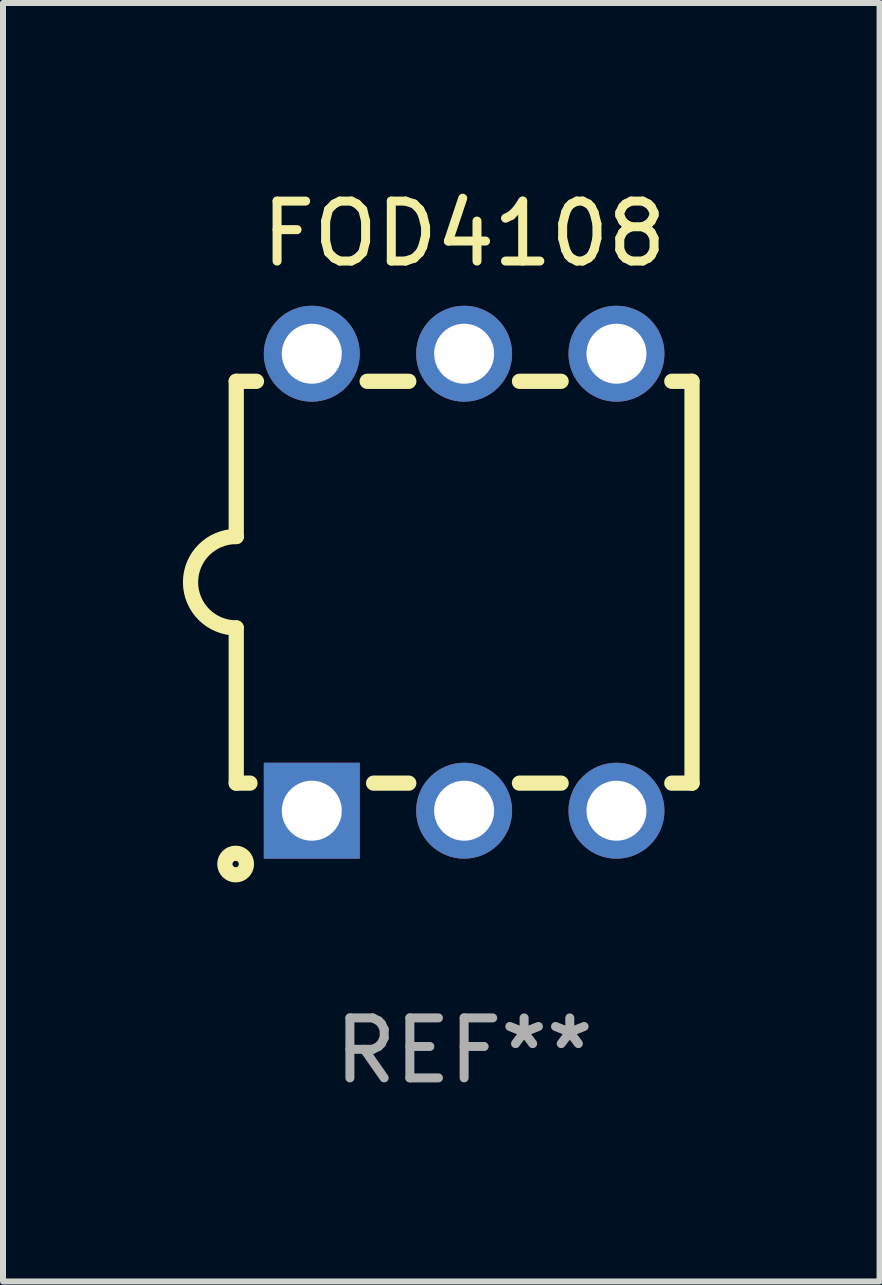
<source format=kicad_pcb>
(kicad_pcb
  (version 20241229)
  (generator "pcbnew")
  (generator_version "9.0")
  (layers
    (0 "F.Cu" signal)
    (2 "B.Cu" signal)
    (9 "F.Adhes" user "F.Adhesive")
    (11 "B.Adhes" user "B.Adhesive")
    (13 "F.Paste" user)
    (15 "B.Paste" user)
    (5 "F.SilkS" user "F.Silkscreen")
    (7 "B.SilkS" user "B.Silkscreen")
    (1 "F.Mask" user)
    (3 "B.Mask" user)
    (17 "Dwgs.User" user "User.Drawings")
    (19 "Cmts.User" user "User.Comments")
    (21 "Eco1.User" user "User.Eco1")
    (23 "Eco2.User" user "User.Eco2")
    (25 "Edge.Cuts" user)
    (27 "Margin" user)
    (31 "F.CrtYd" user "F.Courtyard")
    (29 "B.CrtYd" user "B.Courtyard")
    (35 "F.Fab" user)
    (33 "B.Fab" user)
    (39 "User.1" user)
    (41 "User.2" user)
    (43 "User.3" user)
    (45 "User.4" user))
  (footprint "FOD4108"
    (layer "F.Cu")
    (at 4.689 6.658)
    (property "Reference" "FOD4108" (at 0 -5.81 0) (layer "F.SilkS") (effects (font (size 1 1) (thickness 0.15))))
    (attr through_hole)
    (fp_line (start -3.8 3.35) (end -3.8 0.762) (stroke (width 0.254) (type solid)) (layer "F.SilkS"))
    (fp_line (start -3.8 3.35) (end -3.571 3.35) (stroke (width 0.254) (type solid)) (layer "F.SilkS"))
    (fp_line (start -3.8 -3.35) (end -3.8 -0.762) (stroke (width 0.254) (type solid)) (layer "F.SilkS"))
    (fp_line (start -3.8 -3.35) (end -3.463 -3.35) (stroke (width 0.254) (type solid)) (layer "F.SilkS"))
    (fp_line (start -1.617 -3.35) (end -0.923 -3.35) (stroke (width 0.254) (type solid)) (layer "F.SilkS"))
    (fp_line (start -1.509 3.35) (end -0.923 3.35) (stroke (width 0.254) (type solid)) (layer "F.SilkS"))
    (fp_line (start 0.923 -3.35) (end 1.617 -3.35) (stroke (width 0.254) (type solid)) (layer "F.SilkS"))
    (fp_line (start 0.923 3.35) (end 1.617 3.35) (stroke (width 0.254) (type solid)) (layer "F.SilkS"))
    (fp_line (start 3.463 -3.35) (end 3.8 -3.35) (stroke (width 0.254) (type solid)) (layer "F.SilkS"))
    (fp_line (start 3.463 3.35) (end 3.8 3.35) (stroke (width 0.254) (type solid)) (layer "F.SilkS"))
    (fp_line (start 3.8 -3.35) (end 3.8 3.35) (stroke (width 0.254) (type solid)) (layer "F.SilkS"))
    (fp_arc (start -3.800013 0.762002) (mid -4.561837 -0.000089) (end -3.799835 -0.762002) (stroke (width 0.254001) (type solid)) (layer "F.SilkS"))
    (fp_circle (center -3.81 4.699) (end -3.63 4.699) (stroke (width 0.254) (type solid)) (fill no) (layer "F.SilkS"))
    (fp_text user "REF**" (at 0 7.81 0) (layer "F.Fab") (effects (font (size 1 1) (thickness 0.15))))
    (pad "1" thru_hole rect (at -2.54 3.81) (size 1.6 1.6) (drill 1) (layers "*.Cu" "*.Mask"))
    (pad "2" thru_hole circle (at 0.000013 3.81) (size 1.6 1.6) (drill 1) (layers "*.Cu" "*.Mask"))
    (pad "3" thru_hole circle (at 2.54 3.81) (size 1.6 1.6) (drill 1) (layers "*.Cu" "*.Mask"))
    (pad "4" thru_hole circle (at 2.54 -3.81) (size 1.6 1.6) (drill 1) (layers "*.Cu" "*.Mask"))
    (pad "5" thru_hole circle (at 0.000013 -3.81) (size 1.6 1.6) (drill 1) (layers "*.Cu" "*.Mask"))
    (pad "6" thru_hole circle (at -2.54 -3.81) (size 1.6 1.6) (drill 1) (layers "*.Cu" "*.Mask")))
  (gr_rect
    (start -3 -3)
    (end 11.616 18.317)
    (stroke (width 0.1) (type default))
    (fill no)
    (layer "Edge.Cuts")))
</source>
